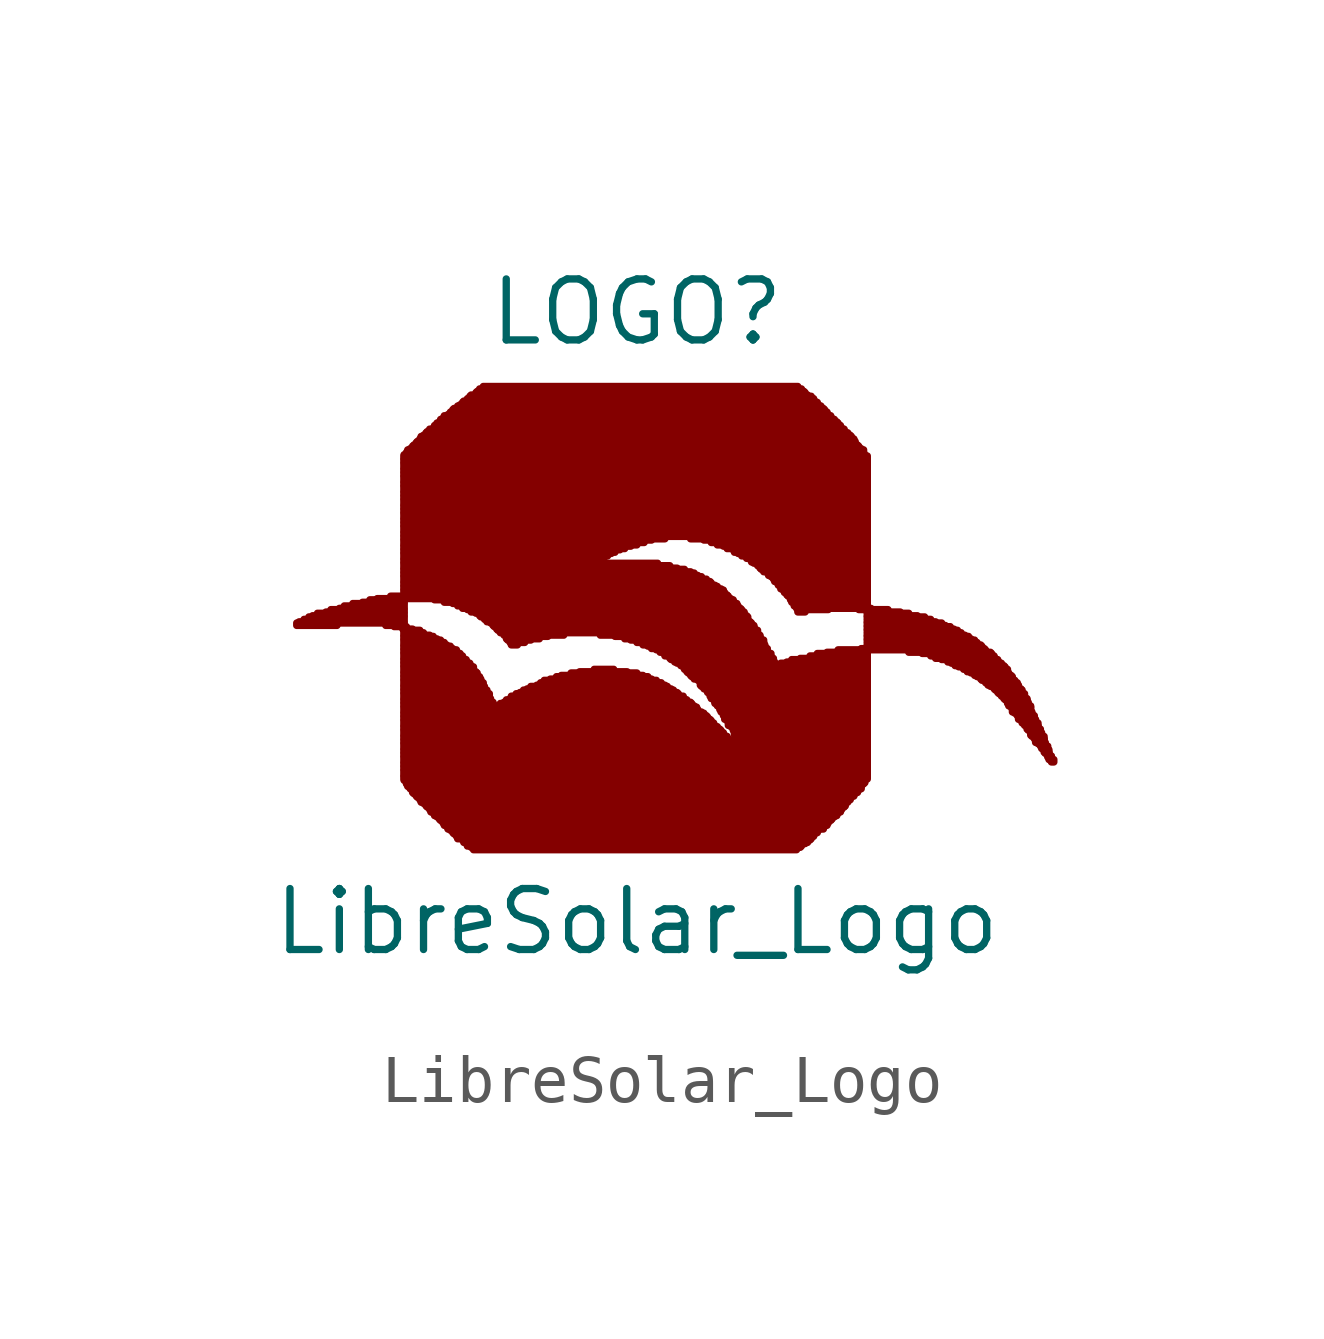
<source format=kicad_sym>
(kicad_symbol_lib
  (version 20211014)
  (generator kicad_symbol_editor)
  (symbol "LibreSolar_Logo"
    (pin_numbers hide)
    (pin_names
      (offset 1.016) hide)
    (property "Reference" "LOGO"
      (at 0 6.985 0)
      (effects (font (size 1.27 1.27))))
    (property "Value" "LibreSolar_Logo"
      (at 0 -5.715 0)
      (effects (font (size 1.27 1.27))))
    (symbol "LibreSolar_Logo_1_1"
      (rectangle (start -7.087 0.457) (end -6.248 0.508) (stroke (width 0) (type default) (color 0 0 0 0)) (fill (type outline)))
      (rectangle (start -7.036 0.508) (end -4.851 0.533) (stroke (width 0) (type default) (color 0 0 0 0)) (fill (type outline)))
      (rectangle (start -6.934 0.533) (end -4.851 0.584) (stroke (width 0) (type default) (color 0 0 0 0)) (fill (type outline)))
      (rectangle (start -6.833 0.584) (end -4.851 0.635) (stroke (width 0) (type default) (color 0 0 0 0)) (fill (type outline)))
      (rectangle (start -6.756 0.635) (end -4.851 0.66) (stroke (width 0) (type default) (color 0 0 0 0)) (fill (type outline)))
      (rectangle (start -6.655 0.66) (end -4.851 0.711) (stroke (width 0) (type default) (color 0 0 0 0)) (fill (type outline)))
      (rectangle (start -6.477 0.711) (end -4.851 0.737) (stroke (width 0) (type default) (color 0 0 0 0)) (fill (type outline)))
      (rectangle (start -6.375 0.737) (end -4.851 0.787) (stroke (width 0) (type default) (color 0 0 0 0)) (fill (type outline)))
      (rectangle (start -6.198 0.787) (end -4.851 0.813) (stroke (width 0) (type default) (color 0 0 0 0)) (fill (type outline)))
      (rectangle (start -6.096 0.813) (end -4.851 0.864) (stroke (width 0) (type default) (color 0 0 0 0)) (fill (type outline)))
      (rectangle (start -5.918 0.864) (end -4.851 0.914) (stroke (width 0) (type default) (color 0 0 0 0)) (fill (type outline)))
      (rectangle (start -5.715 0.914) (end -4.851 0.94) (stroke (width 0) (type default) (color 0 0 0 0)) (fill (type outline)))
      (rectangle (start -5.563 0.94) (end -4.851 0.991) (stroke (width 0) (type default) (color 0 0 0 0)) (fill (type outline)))
      (rectangle (start -5.41 0.991) (end -4.851 1.016) (stroke (width 0) (type default) (color 0 0 0 0)) (fill (type outline)))
      (rectangle (start -5.232 0.457) (end -4.851 0.508) (stroke (width 0) (type default) (color 0 0 0 0)) (fill (type outline)))
      (rectangle (start -5.131 1.016) (end 1.905 1.067) (stroke (width 0) (type default) (color 0 0 0 0)) (fill (type outline)))
      (rectangle (start -5.055 0.432) (end -4.851 0.457) (stroke (width 0) (type default) (color 0 0 0 0)) (fill (type outline)))
      (rectangle (start -4.877 0.381) (end -4.801 0.432) (stroke (width 0) (type default) (color 0 0 0 0)) (fill (type outline)))
      (rectangle (start -4.851 -2.769) (end 4.75 -2.743) (stroke (width 0) (type default) (color 0 0 0 0)) (fill (type outline)))
      (rectangle (start -4.851 -2.743) (end 4.801 -2.692) (stroke (width 0) (type default) (color 0 0 0 0)) (fill (type outline)))
      (rectangle (start -4.851 -2.692) (end 4.801 -2.667) (stroke (width 0) (type default) (color 0 0 0 0)) (fill (type outline)))
      (rectangle (start -4.851 -2.667) (end 4.801 -2.616) (stroke (width 0) (type default) (color 0 0 0 0)) (fill (type outline)))
      (rectangle (start -4.851 -2.616) (end 4.801 -2.565) (stroke (width 0) (type default) (color 0 0 0 0)) (fill (type outline)))
      (rectangle (start -4.851 -2.565) (end 4.801 -2.54) (stroke (width 0) (type default) (color 0 0 0 0)) (fill (type outline)))
      (rectangle (start -4.851 -2.54) (end 4.801 -2.489) (stroke (width 0) (type default) (color 0 0 0 0)) (fill (type outline)))
      (rectangle (start -4.851 -2.489) (end 4.801 -2.464) (stroke (width 0) (type default) (color 0 0 0 0)) (fill (type outline)))
      (rectangle (start -4.851 -2.464) (end 4.801 -2.413) (stroke (width 0) (type default) (color 0 0 0 0)) (fill (type outline)))
      (rectangle (start -4.851 -2.413) (end 4.801 -2.388) (stroke (width 0) (type default) (color 0 0 0 0)) (fill (type outline)))
      (rectangle (start -4.851 -2.388) (end 2.362 -2.337) (stroke (width 0) (type default) (color 0 0 0 0)) (fill (type outline)))
      (rectangle (start -4.851 -2.337) (end 2.311 -2.286) (stroke (width 0) (type default) (color 0 0 0 0)) (fill (type outline)))
      (rectangle (start -4.851 -2.286) (end 2.286 -2.261) (stroke (width 0) (type default) (color 0 0 0 0)) (fill (type outline)))
      (rectangle (start -4.851 -2.261) (end 2.235 -2.21) (stroke (width 0) (type default) (color 0 0 0 0)) (fill (type outline)))
      (rectangle (start -4.851 -2.21) (end 2.184 -2.184) (stroke (width 0) (type default) (color 0 0 0 0)) (fill (type outline)))
      (rectangle (start -4.851 -2.184) (end 2.159 -2.134) (stroke (width 0) (type default) (color 0 0 0 0)) (fill (type outline)))
      (rectangle (start -4.851 -2.134) (end 2.108 -2.108) (stroke (width 0) (type default) (color 0 0 0 0)) (fill (type outline)))
      (rectangle (start -4.851 -2.108) (end 2.083 -2.057) (stroke (width 0) (type default) (color 0 0 0 0)) (fill (type outline)))
      (rectangle (start -4.851 -2.057) (end 2.032 -2.007) (stroke (width 0) (type default) (color 0 0 0 0)) (fill (type outline)))
      (rectangle (start -4.851 -2.007) (end 2.007 -1.981) (stroke (width 0) (type default) (color 0 0 0 0)) (fill (type outline)))
      (rectangle (start -4.851 -1.981) (end 1.956 -1.93) (stroke (width 0) (type default) (color 0 0 0 0)) (fill (type outline)))
      (rectangle (start -4.851 -1.93) (end 1.905 -1.905) (stroke (width 0) (type default) (color 0 0 0 0)) (fill (type outline)))
      (rectangle (start -4.851 -1.905) (end 1.88 -1.854) (stroke (width 0) (type default) (color 0 0 0 0)) (fill (type outline)))
      (rectangle (start -4.851 -1.854) (end 1.829 -1.829) (stroke (width 0) (type default) (color 0 0 0 0)) (fill (type outline)))
      (rectangle (start -4.851 -1.829) (end 1.803 -1.778) (stroke (width 0) (type default) (color 0 0 0 0)) (fill (type outline)))
      (rectangle (start -4.851 -1.778) (end 1.753 -1.727) (stroke (width 0) (type default) (color 0 0 0 0)) (fill (type outline)))
      (rectangle (start -4.851 -1.727) (end 1.727 -1.702) (stroke (width 0) (type default) (color 0 0 0 0)) (fill (type outline)))
      (rectangle (start -4.851 -1.702) (end 1.676 -1.651) (stroke (width 0) (type default) (color 0 0 0 0)) (fill (type outline)))
      (rectangle (start -4.851 -1.651) (end 1.626 -1.626) (stroke (width 0) (type default) (color 0 0 0 0)) (fill (type outline)))
      (rectangle (start -4.851 -1.626) (end 1.6 -1.575) (stroke (width 0) (type default) (color 0 0 0 0)) (fill (type outline)))
      (rectangle (start -4.851 -1.575) (end 1.549 -1.524) (stroke (width 0) (type default) (color 0 0 0 0)) (fill (type outline)))
      (rectangle (start -4.851 -1.524) (end 1.524 -1.499) (stroke (width 0) (type default) (color 0 0 0 0)) (fill (type outline)))
      (rectangle (start -4.851 -1.499) (end 1.473 -1.448) (stroke (width 0) (type default) (color 0 0 0 0)) (fill (type outline)))
      (rectangle (start -4.851 -1.448) (end 1.448 -1.422) (stroke (width 0) (type default) (color 0 0 0 0)) (fill (type outline)))
      (rectangle (start -4.851 -1.422) (end 1.397 -1.372) (stroke (width 0) (type default) (color 0 0 0 0)) (fill (type outline)))
      (rectangle (start -4.851 -1.372) (end 1.346 -1.346) (stroke (width 0) (type default) (color 0 0 0 0)) (fill (type outline)))
      (rectangle (start -4.851 -1.346) (end 1.27 -1.295) (stroke (width 0) (type default) (color 0 0 0 0)) (fill (type outline)))
      (rectangle (start -4.851 -1.295) (end 1.245 -1.245) (stroke (width 0) (type default) (color 0 0 0 0)) (fill (type outline)))
      (rectangle (start -4.851 -1.245) (end -2.972 -1.219) (stroke (width 0) (type default) (color 0 0 0 0)) (fill (type outline)))
      (rectangle (start -4.851 -1.219) (end -2.997 -1.168) (stroke (width 0) (type default) (color 0 0 0 0)) (fill (type outline)))
      (rectangle (start -4.851 -1.168) (end -2.997 -1.143) (stroke (width 0) (type default) (color 0 0 0 0)) (fill (type outline)))
      (rectangle (start -4.851 -1.143) (end -3.048 -1.092) (stroke (width 0) (type default) (color 0 0 0 0)) (fill (type outline)))
      (rectangle (start -4.851 -1.092) (end -3.048 -1.067) (stroke (width 0) (type default) (color 0 0 0 0)) (fill (type outline)))
      (rectangle (start -4.851 -1.067) (end -3.073 -1.016) (stroke (width 0) (type default) (color 0 0 0 0)) (fill (type outline)))
      (rectangle (start -4.851 -1.016) (end -3.073 -0.965) (stroke (width 0) (type default) (color 0 0 0 0)) (fill (type outline)))
      (rectangle (start -4.851 -0.965) (end -3.124 -0.94) (stroke (width 0) (type default) (color 0 0 0 0)) (fill (type outline)))
      (rectangle (start -4.851 -0.94) (end -3.124 -0.889) (stroke (width 0) (type default) (color 0 0 0 0)) (fill (type outline)))
      (rectangle (start -4.851 -0.889) (end -3.175 -0.864) (stroke (width 0) (type default) (color 0 0 0 0)) (fill (type outline)))
      (rectangle (start -4.851 -0.864) (end -3.175 -0.813) (stroke (width 0) (type default) (color 0 0 0 0)) (fill (type outline)))
      (rectangle (start -4.851 -0.813) (end -3.2 -0.787) (stroke (width 0) (type default) (color 0 0 0 0)) (fill (type outline)))
      (rectangle (start -4.851 -0.787) (end -3.2 -0.737) (stroke (width 0) (type default) (color 0 0 0 0)) (fill (type outline)))
      (rectangle (start -4.851 -0.737) (end -3.251 -0.686) (stroke (width 0) (type default) (color 0 0 0 0)) (fill (type outline)))
      (rectangle (start -4.851 -0.686) (end -3.251 -0.66) (stroke (width 0) (type default) (color 0 0 0 0)) (fill (type outline)))
      (rectangle (start -4.851 -0.66) (end -3.277 -0.61) (stroke (width 0) (type default) (color 0 0 0 0)) (fill (type outline)))
      (rectangle (start -4.851 -0.61) (end -3.327 -0.584) (stroke (width 0) (type default) (color 0 0 0 0)) (fill (type outline)))
      (rectangle (start -4.851 -0.584) (end -3.327 -0.533) (stroke (width 0) (type default) (color 0 0 0 0)) (fill (type outline)))
      (rectangle (start -4.851 -0.533) (end -3.353 -0.508) (stroke (width 0) (type default) (color 0 0 0 0)) (fill (type outline)))
      (rectangle (start -4.851 -0.508) (end -3.404 -0.457) (stroke (width 0) (type default) (color 0 0 0 0)) (fill (type outline)))
      (rectangle (start -4.851 -0.457) (end -3.404 -0.406) (stroke (width 0) (type default) (color 0 0 0 0)) (fill (type outline)))
      (rectangle (start -4.851 -0.406) (end -3.454 -0.381) (stroke (width 0) (type default) (color 0 0 0 0)) (fill (type outline)))
      (rectangle (start -4.851 -0.381) (end -3.48 -0.33) (stroke (width 0) (type default) (color 0 0 0 0)) (fill (type outline)))
      (rectangle (start -4.851 -0.33) (end -3.531 -0.305) (stroke (width 0) (type default) (color 0 0 0 0)) (fill (type outline)))
      (rectangle (start -4.851 -0.305) (end -3.556 -0.254) (stroke (width 0) (type default) (color 0 0 0 0)) (fill (type outline)))
      (rectangle (start -4.851 -0.254) (end -3.607 -0.229) (stroke (width 0) (type default) (color 0 0 0 0)) (fill (type outline)))
      (rectangle (start -4.851 -0.229) (end -3.632 -0.178) (stroke (width 0) (type default) (color 0 0 0 0)) (fill (type outline)))
      (rectangle (start -4.851 -0.178) (end -3.683 -0.127) (stroke (width 0) (type default) (color 0 0 0 0)) (fill (type outline)))
      (rectangle (start -4.851 -0.127) (end -3.734 -0.102) (stroke (width 0) (type default) (color 0 0 0 0)) (fill (type outline)))
      (rectangle (start -4.851 -0.102) (end -3.759 -0.051) (stroke (width 0) (type default) (color 0 0 0 0)) (fill (type outline)))
      (rectangle (start -4.851 -0.051) (end -3.835 -0.025) (stroke (width 0) (type default) (color 0 0 0 0)) (fill (type outline)))
      (rectangle (start -4.851 -0.025) (end -3.886 0.025) (stroke (width 0) (type default) (color 0 0 0 0)) (fill (type outline)))
      (rectangle (start -4.851 0.025) (end -3.962 0.051) (stroke (width 0) (type default) (color 0 0 0 0)) (fill (type outline)))
      (rectangle (start -4.851 0.051) (end -4.013 0.102) (stroke (width 0) (type default) (color 0 0 0 0)) (fill (type outline)))
      (rectangle (start -4.851 0.102) (end -4.089 0.152) (stroke (width 0) (type default) (color 0 0 0 0)) (fill (type outline)))
      (rectangle (start -4.851 0.152) (end -4.166 0.178) (stroke (width 0) (type default) (color 0 0 0 0)) (fill (type outline)))
      (rectangle (start -4.851 0.178) (end -4.242 0.229) (stroke (width 0) (type default) (color 0 0 0 0)) (fill (type outline)))
      (rectangle (start -4.851 0.229) (end -4.318 0.254) (stroke (width 0) (type default) (color 0 0 0 0)) (fill (type outline)))
      (rectangle (start -4.851 0.254) (end -4.445 0.305) (stroke (width 0) (type default) (color 0 0 0 0)) (fill (type outline)))
      (rectangle (start -4.851 0.305) (end -4.521 0.356) (stroke (width 0) (type default) (color 0 0 0 0)) (fill (type outline)))
      (rectangle (start -4.851 0.356) (end -4.674 0.381) (stroke (width 0) (type default) (color 0 0 0 0)) (fill (type outline)))
      (rectangle (start -4.851 1.067) (end 1.88 1.092) (stroke (width 0) (type default) (color 0 0 0 0)) (fill (type outline)))
      (rectangle (start -4.851 1.092) (end 1.829 1.143) (stroke (width 0) (type default) (color 0 0 0 0)) (fill (type outline)))
      (rectangle (start -4.851 1.143) (end 1.803 1.194) (stroke (width 0) (type default) (color 0 0 0 0)) (fill (type outline)))
      (rectangle (start -4.851 1.194) (end 1.753 1.219) (stroke (width 0) (type default) (color 0 0 0 0)) (fill (type outline)))
      (rectangle (start -4.851 1.219) (end 1.676 1.27) (stroke (width 0) (type default) (color 0 0 0 0)) (fill (type outline)))
      (rectangle (start -4.851 1.27) (end 1.626 1.295) (stroke (width 0) (type default) (color 0 0 0 0)) (fill (type outline)))
      (rectangle (start -4.851 1.295) (end 1.549 1.346) (stroke (width 0) (type default) (color 0 0 0 0)) (fill (type outline)))
      (rectangle (start -4.851 1.346) (end 1.524 1.372) (stroke (width 0) (type default) (color 0 0 0 0)) (fill (type outline)))
      (rectangle (start -4.851 1.372) (end 1.448 1.422) (stroke (width 0) (type default) (color 0 0 0 0)) (fill (type outline)))
      (rectangle (start -4.851 1.422) (end 1.346 1.473) (stroke (width 0) (type default) (color 0 0 0 0)) (fill (type outline)))
      (rectangle (start -4.851 1.473) (end 1.27 1.499) (stroke (width 0) (type default) (color 0 0 0 0)) (fill (type outline)))
      (rectangle (start -4.851 1.499) (end 1.194 1.549) (stroke (width 0) (type default) (color 0 0 0 0)) (fill (type outline)))
      (rectangle (start -4.851 1.549) (end 1.118 1.575) (stroke (width 0) (type default) (color 0 0 0 0)) (fill (type outline)))
      (rectangle (start -4.851 1.575) (end 0.991 1.626) (stroke (width 0) (type default) (color 0 0 0 0)) (fill (type outline)))
      (rectangle (start -4.851 1.626) (end 0.838 1.651) (stroke (width 0) (type default) (color 0 0 0 0)) (fill (type outline)))
      (rectangle (start -4.851 1.651) (end 0.686 1.702) (stroke (width 0) (type default) (color 0 0 0 0)) (fill (type outline)))
      (rectangle (start -4.851 1.702) (end 0.432 1.753) (stroke (width 0) (type default) (color 0 0 0 0)) (fill (type outline)))
      (rectangle (start -4.851 1.753) (end -0.838 1.778) (stroke (width 0) (type default) (color 0 0 0 0)) (fill (type outline)))
      (rectangle (start -4.851 1.778) (end -0.813 1.829) (stroke (width 0) (type default) (color 0 0 0 0)) (fill (type outline)))
      (rectangle (start -4.851 1.829) (end -0.762 1.854) (stroke (width 0) (type default) (color 0 0 0 0)) (fill (type outline)))
      (rectangle (start -4.851 1.854) (end -0.686 1.905) (stroke (width 0) (type default) (color 0 0 0 0)) (fill (type outline)))
      (rectangle (start -4.851 1.905) (end -0.61 1.956) (stroke (width 0) (type default) (color 0 0 0 0)) (fill (type outline)))
      (rectangle (start -4.851 1.956) (end -0.533 1.981) (stroke (width 0) (type default) (color 0 0 0 0)) (fill (type outline)))
      (rectangle (start -4.851 1.981) (end -0.457 2.032) (stroke (width 0) (type default) (color 0 0 0 0)) (fill (type outline)))
      (rectangle (start -4.851 2.032) (end -0.356 2.057) (stroke (width 0) (type default) (color 0 0 0 0)) (fill (type outline)))
      (rectangle (start -4.851 2.057) (end -0.254 2.108) (stroke (width 0) (type default) (color 0 0 0 0)) (fill (type outline)))
      (rectangle (start -4.851 2.108) (end -0.127 2.134) (stroke (width 0) (type default) (color 0 0 0 0)) (fill (type outline)))
      (rectangle (start -4.851 2.134) (end 0 2.184) (stroke (width 0) (type default) (color 0 0 0 0)) (fill (type outline)))
      (rectangle (start -4.851 2.184) (end 0.152 2.235) (stroke (width 0) (type default) (color 0 0 0 0)) (fill (type outline)))
      (rectangle (start -4.851 2.235) (end 0.305 2.261) (stroke (width 0) (type default) (color 0 0 0 0)) (fill (type outline)))
      (rectangle (start -4.851 2.261) (end 0.584 2.311) (stroke (width 0) (type default) (color 0 0 0 0)) (fill (type outline)))
      (rectangle (start -4.851 2.311) (end 4.801 2.337) (stroke (width 0) (type default) (color 0 0 0 0)) (fill (type outline)))
      (rectangle (start -4.851 2.337) (end 4.801 2.388) (stroke (width 0) (type default) (color 0 0 0 0)) (fill (type outline)))
      (rectangle (start -4.851 2.388) (end 4.801 2.413) (stroke (width 0) (type default) (color 0 0 0 0)) (fill (type outline)))
      (rectangle (start -4.851 2.413) (end 4.801 2.464) (stroke (width 0) (type default) (color 0 0 0 0)) (fill (type outline)))
      (rectangle (start -4.851 2.464) (end 4.801 2.515) (stroke (width 0) (type default) (color 0 0 0 0)) (fill (type outline)))
      (rectangle (start -4.851 2.515) (end 4.801 2.54) (stroke (width 0) (type default) (color 0 0 0 0)) (fill (type outline)))
      (rectangle (start -4.851 2.54) (end 4.801 2.591) (stroke (width 0) (type default) (color 0 0 0 0)) (fill (type outline)))
      (rectangle (start -4.851 2.591) (end 4.801 2.616) (stroke (width 0) (type default) (color 0 0 0 0)) (fill (type outline)))
      (rectangle (start -4.851 2.616) (end 4.801 2.667) (stroke (width 0) (type default) (color 0 0 0 0)) (fill (type outline)))
      (rectangle (start -4.851 2.667) (end 4.801 2.692) (stroke (width 0) (type default) (color 0 0 0 0)) (fill (type outline)))
      (rectangle (start -4.851 2.692) (end 4.801 2.743) (stroke (width 0) (type default) (color 0 0 0 0)) (fill (type outline)))
      (rectangle (start -4.851 2.743) (end 4.801 2.794) (stroke (width 0) (type default) (color 0 0 0 0)) (fill (type outline)))
      (rectangle (start -4.851 2.794) (end 4.801 2.819) (stroke (width 0) (type default) (color 0 0 0 0)) (fill (type outline)))
      (rectangle (start -4.851 2.819) (end 4.801 2.87) (stroke (width 0) (type default) (color 0 0 0 0)) (fill (type outline)))
      (rectangle (start -4.851 2.87) (end 4.801 2.896) (stroke (width 0) (type default) (color 0 0 0 0)) (fill (type outline)))
      (rectangle (start -4.851 2.896) (end 4.801 2.946) (stroke (width 0) (type default) (color 0 0 0 0)) (fill (type outline)))
      (rectangle (start -4.851 2.946) (end 4.801 2.972) (stroke (width 0) (type default) (color 0 0 0 0)) (fill (type outline)))
      (rectangle (start -4.851 2.972) (end 4.801 3.023) (stroke (width 0) (type default) (color 0 0 0 0)) (fill (type outline)))
      (rectangle (start -4.851 3.023) (end 4.801 3.073) (stroke (width 0) (type default) (color 0 0 0 0)) (fill (type outline)))
      (rectangle (start -4.851 3.073) (end 4.801 3.099) (stroke (width 0) (type default) (color 0 0 0 0)) (fill (type outline)))
      (rectangle (start -4.851 3.099) (end 4.801 3.15) (stroke (width 0) (type default) (color 0 0 0 0)) (fill (type outline)))
      (rectangle (start -4.851 3.15) (end 4.801 3.175) (stroke (width 0) (type default) (color 0 0 0 0)) (fill (type outline)))
      (rectangle (start -4.851 3.175) (end 4.801 3.226) (stroke (width 0) (type default) (color 0 0 0 0)) (fill (type outline)))
      (rectangle (start -4.851 3.226) (end 4.801 3.251) (stroke (width 0) (type default) (color 0 0 0 0)) (fill (type outline)))
      (rectangle (start -4.851 3.251) (end 4.801 3.302) (stroke (width 0) (type default) (color 0 0 0 0)) (fill (type outline)))
      (rectangle (start -4.851 3.302) (end 4.801 3.353) (stroke (width 0) (type default) (color 0 0 0 0)) (fill (type outline)))
      (rectangle (start -4.851 3.353) (end 4.801 3.378) (stroke (width 0) (type default) (color 0 0 0 0)) (fill (type outline)))
      (rectangle (start -4.851 3.378) (end 4.801 3.429) (stroke (width 0) (type default) (color 0 0 0 0)) (fill (type outline)))
      (rectangle (start -4.851 3.429) (end 4.801 3.454) (stroke (width 0) (type default) (color 0 0 0 0)) (fill (type outline)))
      (rectangle (start -4.851 3.454) (end 4.801 3.505) (stroke (width 0) (type default) (color 0 0 0 0)) (fill (type outline)))
      (rectangle (start -4.851 3.505) (end 4.801 3.556) (stroke (width 0) (type default) (color 0 0 0 0)) (fill (type outline)))
      (rectangle (start -4.851 3.556) (end 4.801 3.581) (stroke (width 0) (type default) (color 0 0 0 0)) (fill (type outline)))
      (rectangle (start -4.851 3.581) (end 4.801 3.632) (stroke (width 0) (type default) (color 0 0 0 0)) (fill (type outline)))
      (rectangle (start -4.851 3.632) (end 4.801 3.658) (stroke (width 0) (type default) (color 0 0 0 0)) (fill (type outline)))
      (rectangle (start -4.851 3.658) (end 4.801 3.708) (stroke (width 0) (type default) (color 0 0 0 0)) (fill (type outline)))
      (rectangle (start -4.851 3.708) (end 4.801 3.734) (stroke (width 0) (type default) (color 0 0 0 0)) (fill (type outline)))
      (rectangle (start -4.851 3.734) (end 4.801 3.785) (stroke (width 0) (type default) (color 0 0 0 0)) (fill (type outline)))
      (rectangle (start -4.851 3.785) (end 4.801 3.835) (stroke (width 0) (type default) (color 0 0 0 0)) (fill (type outline)))
      (rectangle (start -4.851 3.835) (end 4.801 3.861) (stroke (width 0) (type default) (color 0 0 0 0)) (fill (type outline)))
      (rectangle (start -4.851 3.861) (end 4.801 3.912) (stroke (width 0) (type default) (color 0 0 0 0)) (fill (type outline)))
      (rectangle (start -4.851 3.912) (end 4.801 3.937) (stroke (width 0) (type default) (color 0 0 0 0)) (fill (type outline)))
      (rectangle (start -4.851 3.937) (end 4.801 3.988) (stroke (width 0) (type default) (color 0 0 0 0)) (fill (type outline)))
      (rectangle (start -4.851 3.988) (end 4.75 4.013) (stroke (width 0) (type default) (color 0 0 0 0)) (fill (type outline)))
      (rectangle (start -4.801 -2.845) (end 4.724 -2.819) (stroke (width 0) (type default) (color 0 0 0 0)) (fill (type outline)))
      (rectangle (start -4.801 -2.819) (end 4.75 -2.769) (stroke (width 0) (type default) (color 0 0 0 0)) (fill (type outline)))
      (rectangle (start -4.801 4.013) (end 4.724 4.064) (stroke (width 0) (type default) (color 0 0 0 0)) (fill (type outline)))
      (rectangle (start -4.775 -2.896) (end 4.674 -2.845) (stroke (width 0) (type default) (color 0 0 0 0)) (fill (type outline)))
      (rectangle (start -4.775 4.064) (end 4.724 4.115) (stroke (width 0) (type default) (color 0 0 0 0)) (fill (type outline)))
      (rectangle (start -4.724 -2.946) (end 4.674 -2.896) (stroke (width 0) (type default) (color 0 0 0 0)) (fill (type outline)))
      (rectangle (start -4.724 4.115) (end 4.674 4.14) (stroke (width 0) (type default) (color 0 0 0 0)) (fill (type outline)))
      (rectangle (start -4.674 -3.023) (end 4.597 -2.972) (stroke (width 0) (type default) (color 0 0 0 0)) (fill (type outline)))
      (rectangle (start -4.674 -2.972) (end 4.623 -2.946) (stroke (width 0) (type default) (color 0 0 0 0)) (fill (type outline)))
      (rectangle (start -4.674 4.14) (end 4.623 4.191) (stroke (width 0) (type default) (color 0 0 0 0)) (fill (type outline)))
      (rectangle (start -4.648 -3.048) (end 4.547 -3.023) (stroke (width 0) (type default) (color 0 0 0 0)) (fill (type outline)))
      (rectangle (start -4.648 4.191) (end 4.597 4.216) (stroke (width 0) (type default) (color 0 0 0 0)) (fill (type outline)))
      (rectangle (start -4.597 -3.099) (end 4.521 -3.048) (stroke (width 0) (type default) (color 0 0 0 0)) (fill (type outline)))
      (rectangle (start -4.597 4.216) (end 4.547 4.267) (stroke (width 0) (type default) (color 0 0 0 0)) (fill (type outline)))
      (rectangle (start -4.572 -3.124) (end 4.47 -3.099) (stroke (width 0) (type default) (color 0 0 0 0)) (fill (type outline)))
      (rectangle (start -4.572 4.267) (end 4.547 4.293) (stroke (width 0) (type default) (color 0 0 0 0)) (fill (type outline)))
      (rectangle (start -4.521 -3.175) (end 4.445 -3.124) (stroke (width 0) (type default) (color 0 0 0 0)) (fill (type outline)))
      (rectangle (start -4.521 4.293) (end 4.521 4.343) (stroke (width 0) (type default) (color 0 0 0 0)) (fill (type outline)))
      (rectangle (start -4.496 -3.226) (end 4.394 -3.175) (stroke (width 0) (type default) (color 0 0 0 0)) (fill (type outline)))
      (rectangle (start -4.496 4.343) (end 4.47 4.394) (stroke (width 0) (type default) (color 0 0 0 0)) (fill (type outline)))
      (rectangle (start -4.445 -3.251) (end 4.343 -3.226) (stroke (width 0) (type default) (color 0 0 0 0)) (fill (type outline)))
      (rectangle (start -4.445 4.394) (end 4.445 4.42) (stroke (width 0) (type default) (color 0 0 0 0)) (fill (type outline)))
      (rectangle (start -4.394 -3.302) (end 4.343 -3.251) (stroke (width 0) (type default) (color 0 0 0 0)) (fill (type outline)))
      (rectangle (start -4.394 4.42) (end 4.394 4.47) (stroke (width 0) (type default) (color 0 0 0 0)) (fill (type outline)))
      (rectangle (start -4.369 -3.327) (end 4.318 -3.302) (stroke (width 0) (type default) (color 0 0 0 0)) (fill (type outline)))
      (rectangle (start -4.369 4.47) (end 4.343 4.496) (stroke (width 0) (type default) (color 0 0 0 0)) (fill (type outline)))
      (rectangle (start -4.318 -3.378) (end 4.267 -3.327) (stroke (width 0) (type default) (color 0 0 0 0)) (fill (type outline)))
      (rectangle (start -4.318 4.496) (end 4.318 4.547) (stroke (width 0) (type default) (color 0 0 0 0)) (fill (type outline)))
      (rectangle (start -4.293 -3.429) (end 4.242 -3.378) (stroke (width 0) (type default) (color 0 0 0 0)) (fill (type outline)))
      (rectangle (start -4.242 -3.454) (end 4.191 -3.429) (stroke (width 0) (type default) (color 0 0 0 0)) (fill (type outline)))
      (rectangle (start -4.242 4.547) (end 4.267 4.572) (stroke (width 0) (type default) (color 0 0 0 0)) (fill (type outline)))
      (rectangle (start -4.216 -3.505) (end 4.166 -3.454) (stroke (width 0) (type default) (color 0 0 0 0)) (fill (type outline)))
      (rectangle (start -4.216 0.991) (end 1.956 1.016) (stroke (width 0) (type default) (color 0 0 0 0)) (fill (type outline)))
      (rectangle (start -4.216 4.572) (end 4.242 4.623) (stroke (width 0) (type default) (color 0 0 0 0)) (fill (type outline)))
      (rectangle (start -4.166 -3.531) (end 4.115 -3.505) (stroke (width 0) (type default) (color 0 0 0 0)) (fill (type outline)))
      (rectangle (start -4.166 4.623) (end 4.191 4.674) (stroke (width 0) (type default) (color 0 0 0 0)) (fill (type outline)))
      (rectangle (start -4.115 -3.581) (end 4.064 -3.531) (stroke (width 0) (type default) (color 0 0 0 0)) (fill (type outline)))
      (rectangle (start -4.115 4.674) (end 4.166 4.699) (stroke (width 0) (type default) (color 0 0 0 0)) (fill (type outline)))
      (rectangle (start -4.089 -3.607) (end 4.039 -3.581) (stroke (width 0) (type default) (color 0 0 0 0)) (fill (type outline)))
      (rectangle (start -4.089 4.699) (end 4.115 4.75) (stroke (width 0) (type default) (color 0 0 0 0)) (fill (type outline)))
      (rectangle (start -4.039 -3.658) (end 3.988 -3.607) (stroke (width 0) (type default) (color 0 0 0 0)) (fill (type outline)))
      (rectangle (start -4.039 4.75) (end 4.064 4.775) (stroke (width 0) (type default) (color 0 0 0 0)) (fill (type outline)))
      (rectangle (start -4.013 -3.708) (end 3.962 -3.658) (stroke (width 0) (type default) (color 0 0 0 0)) (fill (type outline)))
      (rectangle (start -4.013 0.94) (end 2.007 0.991) (stroke (width 0) (type default) (color 0 0 0 0)) (fill (type outline)))
      (rectangle (start -4.013 4.775) (end 4.039 4.826) (stroke (width 0) (type default) (color 0 0 0 0)) (fill (type outline)))
      (rectangle (start -3.962 -3.734) (end 3.912 -3.708) (stroke (width 0) (type default) (color 0 0 0 0)) (fill (type outline)))
      (rectangle (start -3.937 -3.785) (end 3.886 -3.734) (stroke (width 0) (type default) (color 0 0 0 0)) (fill (type outline)))
      (rectangle (start -3.937 4.826) (end 3.988 4.851) (stroke (width 0) (type default) (color 0 0 0 0)) (fill (type outline)))
      (rectangle (start -3.886 -3.81) (end 3.785 -3.785) (stroke (width 0) (type default) (color 0 0 0 0)) (fill (type outline)))
      (rectangle (start -3.886 4.851) (end 3.962 4.902) (stroke (width 0) (type default) (color 0 0 0 0)) (fill (type outline)))
      (rectangle (start -3.835 -3.861) (end 3.759 -3.81) (stroke (width 0) (type default) (color 0 0 0 0)) (fill (type outline)))
      (rectangle (start -3.835 0.914) (end 2.032 0.94) (stroke (width 0) (type default) (color 0 0 0 0)) (fill (type outline)))
      (rectangle (start -3.835 4.902) (end 3.912 4.953) (stroke (width 0) (type default) (color 0 0 0 0)) (fill (type outline)))
      (rectangle (start -3.81 -3.886) (end 3.708 -3.861) (stroke (width 0) (type default) (color 0 0 0 0)) (fill (type outline)))
      (rectangle (start -3.81 4.953) (end 3.886 4.978) (stroke (width 0) (type default) (color 0 0 0 0)) (fill (type outline)))
      (rectangle (start -3.759 -3.937) (end 3.683 -3.886) (stroke (width 0) (type default) (color 0 0 0 0)) (fill (type outline)))
      (rectangle (start -3.734 -3.988) (end 3.632 -3.937) (stroke (width 0) (type default) (color 0 0 0 0)) (fill (type outline)))
      (rectangle (start -3.734 0.864) (end 2.083 0.914) (stroke (width 0) (type default) (color 0 0 0 0)) (fill (type outline)))
      (rectangle (start -3.734 4.978) (end 3.835 5.029) (stroke (width 0) (type default) (color 0 0 0 0)) (fill (type outline)))
      (rectangle (start -3.683 5.029) (end 3.785 5.055) (stroke (width 0) (type default) (color 0 0 0 0)) (fill (type outline)))
      (rectangle (start -3.632 -4.013) (end 3.607 -3.988) (stroke (width 0) (type default) (color 0 0 0 0)) (fill (type outline)))
      (rectangle (start -3.632 0.813) (end 2.108 0.864) (stroke (width 0) (type default) (color 0 0 0 0)) (fill (type outline)))
      (rectangle (start -3.632 5.055) (end 3.759 5.105) (stroke (width 0) (type default) (color 0 0 0 0)) (fill (type outline)))
      (rectangle (start -3.607 -4.064) (end 3.556 -4.013) (stroke (width 0) (type default) (color 0 0 0 0)) (fill (type outline)))
      (rectangle (start -3.607 5.105) (end 3.708 5.131) (stroke (width 0) (type default) (color 0 0 0 0)) (fill (type outline)))
      (rectangle (start -3.556 -4.089) (end 3.505 -4.064) (stroke (width 0) (type default) (color 0 0 0 0)) (fill (type outline)))
      (rectangle (start -3.531 -4.14) (end 3.429 -4.089) (stroke (width 0) (type default) (color 0 0 0 0)) (fill (type outline)))
      (rectangle (start -3.531 0.787) (end 2.159 0.813) (stroke (width 0) (type default) (color 0 0 0 0)) (fill (type outline)))
      (rectangle (start -3.531 5.131) (end 3.683 5.182) (stroke (width 0) (type default) (color 0 0 0 0)) (fill (type outline)))
      (rectangle (start -3.48 5.182) (end 3.632 5.232) (stroke (width 0) (type default) (color 0 0 0 0)) (fill (type outline)))
      (rectangle (start -3.454 -4.166) (end 3.404 -4.14) (stroke (width 0) (type default) (color 0 0 0 0)) (fill (type outline)))
      (rectangle (start -3.454 0.737) (end 2.184 0.787) (stroke (width 0) (type default) (color 0 0 0 0)) (fill (type outline)))
      (rectangle (start -3.454 5.232) (end 3.556 5.258) (stroke (width 0) (type default) (color 0 0 0 0)) (fill (type outline)))
      (rectangle (start -3.404 -4.216) (end 3.327 -4.166) (stroke (width 0) (type default) (color 0 0 0 0)) (fill (type outline)))
      (rectangle (start -3.353 0.711) (end 2.235 0.737) (stroke (width 0) (type default) (color 0 0 0 0)) (fill (type outline)))
      (rectangle (start -3.353 5.258) (end 3.505 5.309) (stroke (width 0) (type default) (color 0 0 0 0)) (fill (type outline)))
      (rectangle (start -3.327 5.309) (end 3.48 5.334) (stroke (width 0) (type default) (color 0 0 0 0)) (fill (type outline)))
      (rectangle (start -3.277 0.66) (end 2.235 0.711) (stroke (width 0) (type default) (color 0 0 0 0)) (fill (type outline)))
      (rectangle (start -3.277 5.334) (end 3.429 5.385) (stroke (width 0) (type default) (color 0 0 0 0)) (fill (type outline)))
      (rectangle (start -3.251 0.635) (end 2.286 0.66) (stroke (width 0) (type default) (color 0 0 0 0)) (fill (type outline)))
      (rectangle (start -3.2 5.385) (end 3.353 5.436) (stroke (width 0) (type default) (color 0 0 0 0)) (fill (type outline)))
      (rectangle (start -3.175 0.584) (end 2.311 0.635) (stroke (width 0) (type default) (color 0 0 0 0)) (fill (type outline)))
      (rectangle (start -3.124 0.533) (end 2.311 0.584) (stroke (width 0) (type default) (color 0 0 0 0)) (fill (type outline)))
      (rectangle (start -3.048 0.508) (end 2.362 0.533) (stroke (width 0) (type default) (color 0 0 0 0)) (fill (type outline)))
      (rectangle (start -2.997 0.457) (end 2.388 0.508) (stroke (width 0) (type default) (color 0 0 0 0)) (fill (type outline)))
      (rectangle (start -2.972 0.432) (end 2.438 0.457) (stroke (width 0) (type default) (color 0 0 0 0)) (fill (type outline)))
      (rectangle (start -2.921 -1.245) (end 1.194 -1.219) (stroke (width 0) (type default) (color 0 0 0 0)) (fill (type outline)))
      (rectangle (start -2.921 0.381) (end 2.438 0.432) (stroke (width 0) (type default) (color 0 0 0 0)) (fill (type outline)))
      (rectangle (start -2.896 0.356) (end 2.464 0.381) (stroke (width 0) (type default) (color 0 0 0 0)) (fill (type outline)))
      (rectangle (start -2.845 -1.219) (end 1.143 -1.168) (stroke (width 0) (type default) (color 0 0 0 0)) (fill (type outline)))
      (rectangle (start -2.845 0.305) (end 2.515 0.356) (stroke (width 0) (type default) (color 0 0 0 0)) (fill (type outline)))
      (rectangle (start -2.769 -1.168) (end 1.118 -1.143) (stroke (width 0) (type default) (color 0 0 0 0)) (fill (type outline)))
      (rectangle (start -2.769 0.254) (end -1.524 0.305) (stroke (width 0) (type default) (color 0 0 0 0)) (fill (type outline)))
      (rectangle (start -2.718 -1.143) (end 1.041 -1.092) (stroke (width 0) (type default) (color 0 0 0 0)) (fill (type outline)))
      (rectangle (start -2.718 0.178) (end -2.032 0.229) (stroke (width 0) (type default) (color 0 0 0 0)) (fill (type outline)))
      (rectangle (start -2.718 0.229) (end -1.854 0.254) (stroke (width 0) (type default) (color 0 0 0 0)) (fill (type outline)))
      (rectangle (start -2.692 0.152) (end -2.21 0.178) (stroke (width 0) (type default) (color 0 0 0 0)) (fill (type outline)))
      (rectangle (start -2.642 -1.092) (end 0.991 -1.067) (stroke (width 0) (type default) (color 0 0 0 0)) (fill (type outline)))
      (rectangle (start -2.642 0.102) (end -2.337 0.152) (stroke (width 0) (type default) (color 0 0 0 0)) (fill (type outline)))
      (rectangle (start -2.616 -1.067) (end 0.965 -1.016) (stroke (width 0) (type default) (color 0 0 0 0)) (fill (type outline)))
      (rectangle (start -2.616 0.051) (end -2.489 0.102) (stroke (width 0) (type default) (color 0 0 0 0)) (fill (type outline)))
      (rectangle (start -2.515 -1.016) (end 0.864 -0.965) (stroke (width 0) (type default) (color 0 0 0 0)) (fill (type outline)))
      (rectangle (start -2.438 -0.965) (end 0.838 -0.94) (stroke (width 0) (type default) (color 0 0 0 0)) (fill (type outline)))
      (rectangle (start -2.362 -0.94) (end 0.762 -0.889) (stroke (width 0) (type default) (color 0 0 0 0)) (fill (type outline)))
      (rectangle (start -2.286 -0.889) (end 0.711 -0.864) (stroke (width 0) (type default) (color 0 0 0 0)) (fill (type outline)))
      (rectangle (start -2.21 -0.864) (end 0.635 -0.813) (stroke (width 0) (type default) (color 0 0 0 0)) (fill (type outline)))
      (rectangle (start -2.083 -0.813) (end 0.584 -0.787) (stroke (width 0) (type default) (color 0 0 0 0)) (fill (type outline)))
      (rectangle (start -2.007 -0.787) (end 0.508 -0.737) (stroke (width 0) (type default) (color 0 0 0 0)) (fill (type outline)))
      (rectangle (start -1.93 -0.737) (end 0.406 -0.686) (stroke (width 0) (type default) (color 0 0 0 0)) (fill (type outline)))
      (rectangle (start -1.803 -0.686) (end 0.305 -0.66) (stroke (width 0) (type default) (color 0 0 0 0)) (fill (type outline)))
      (rectangle (start -1.676 -0.66) (end 0.229 -0.61) (stroke (width 0) (type default) (color 0 0 0 0)) (fill (type outline)))
      (rectangle (start -1.575 -0.61) (end 0.127 -0.584) (stroke (width 0) (type default) (color 0 0 0 0)) (fill (type outline)))
      (rectangle (start -1.372 -0.584) (end 0 -0.533) (stroke (width 0) (type default) (color 0 0 0 0)) (fill (type outline)))
      (rectangle (start -1.194 -0.533) (end -0.203 -0.508) (stroke (width 0) (type default) (color 0 0 0 0)) (fill (type outline)))
      (rectangle (start -0.889 -0.508) (end -0.483 -0.457) (stroke (width 0) (type default) (color 0 0 0 0)) (fill (type outline)))
      (rectangle (start -0.762 0.254) (end 2.515 0.305) (stroke (width 0) (type default) (color 0 0 0 0)) (fill (type outline)))
      (rectangle (start -0.457 0.229) (end 2.565 0.254) (stroke (width 0) (type default) (color 0 0 0 0)) (fill (type outline)))
      (rectangle (start -0.254 0.178) (end 2.565 0.229) (stroke (width 0) (type default) (color 0 0 0 0)) (fill (type outline)))
      (rectangle (start -0.127 0.152) (end 2.591 0.178) (stroke (width 0) (type default) (color 0 0 0 0)) (fill (type outline)))
      (rectangle (start 0 0.102) (end 2.642 0.152) (stroke (width 0) (type default) (color 0 0 0 0)) (fill (type outline)))
      (rectangle (start 0.127 0.051) (end 2.642 0.102) (stroke (width 0) (type default) (color 0 0 0 0)) (fill (type outline)))
      (rectangle (start 0.229 0.025) (end 2.667 0.051) (stroke (width 0) (type default) (color 0 0 0 0)) (fill (type outline)))
      (rectangle (start 0.305 -0.025) (end 2.667 0.025) (stroke (width 0) (type default) (color 0 0 0 0)) (fill (type outline)))
      (rectangle (start 0.406 -0.051) (end 2.718 -0.025) (stroke (width 0) (type default) (color 0 0 0 0)) (fill (type outline)))
      (rectangle (start 0.483 -0.102) (end 2.718 -0.051) (stroke (width 0) (type default) (color 0 0 0 0)) (fill (type outline)))
      (rectangle (start 0.559 -0.127) (end 2.743 -0.102) (stroke (width 0) (type default) (color 0 0 0 0)) (fill (type outline)))
      (rectangle (start 0.584 -0.178) (end 2.794 -0.127) (stroke (width 0) (type default) (color 0 0 0 0)) (fill (type outline)))
      (rectangle (start 0.686 -0.229) (end 2.794 -0.178) (stroke (width 0) (type default) (color 0 0 0 0)) (fill (type outline)))
      (rectangle (start 0.711 -0.254) (end 2.845 -0.229) (stroke (width 0) (type default) (color 0 0 0 0)) (fill (type outline)))
      (rectangle (start 0.787 -0.305) (end 2.845 -0.254) (stroke (width 0) (type default) (color 0 0 0 0)) (fill (type outline)))
      (rectangle (start 0.838 -0.33) (end 2.87 -0.305) (stroke (width 0) (type default) (color 0 0 0 0)) (fill (type outline)))
      (rectangle (start 0.914 -0.381) (end 2.87 -0.33) (stroke (width 0) (type default) (color 0 0 0 0)) (fill (type outline)))
      (rectangle (start 0.965 -0.406) (end 4.801 -0.381) (stroke (width 0) (type default) (color 0 0 0 0)) (fill (type outline)))
      (rectangle (start 0.991 -0.457) (end 4.801 -0.406) (stroke (width 0) (type default) (color 0 0 0 0)) (fill (type outline)))
      (rectangle (start 1.041 -0.508) (end 4.801 -0.457) (stroke (width 0) (type default) (color 0 0 0 0)) (fill (type outline)))
      (rectangle (start 1.067 -0.533) (end 4.801 -0.508) (stroke (width 0) (type default) (color 0 0 0 0)) (fill (type outline)))
      (rectangle (start 1.118 -0.584) (end 4.801 -0.533) (stroke (width 0) (type default) (color 0 0 0 0)) (fill (type outline)))
      (rectangle (start 1.118 2.261) (end 4.801 2.311) (stroke (width 0) (type default) (color 0 0 0 0)) (fill (type outline)))
      (rectangle (start 1.143 -0.61) (end 4.801 -0.584) (stroke (width 0) (type default) (color 0 0 0 0)) (fill (type outline)))
      (rectangle (start 1.194 -0.66) (end 4.801 -0.61) (stroke (width 0) (type default) (color 0 0 0 0)) (fill (type outline)))
      (rectangle (start 1.27 -0.686) (end 4.801 -0.66) (stroke (width 0) (type default) (color 0 0 0 0)) (fill (type outline)))
      (rectangle (start 1.321 -0.787) (end 4.801 -0.737) (stroke (width 0) (type default) (color 0 0 0 0)) (fill (type outline)))
      (rectangle (start 1.321 -0.737) (end 4.801 -0.686) (stroke (width 0) (type default) (color 0 0 0 0)) (fill (type outline)))
      (rectangle (start 1.346 -0.813) (end 4.801 -0.787) (stroke (width 0) (type default) (color 0 0 0 0)) (fill (type outline)))
      (rectangle (start 1.397 -0.864) (end 4.801 -0.813) (stroke (width 0) (type default) (color 0 0 0 0)) (fill (type outline)))
      (rectangle (start 1.397 2.235) (end 4.801 2.261) (stroke (width 0) (type default) (color 0 0 0 0)) (fill (type outline)))
      (rectangle (start 1.448 -0.889) (end 4.801 -0.864) (stroke (width 0) (type default) (color 0 0 0 0)) (fill (type outline)))
      (rectangle (start 1.473 -0.94) (end 4.801 -0.889) (stroke (width 0) (type default) (color 0 0 0 0)) (fill (type outline)))
      (rectangle (start 1.524 -1.016) (end 4.801 -0.965) (stroke (width 0) (type default) (color 0 0 0 0)) (fill (type outline)))
      (rectangle (start 1.524 -0.965) (end 4.801 -0.94) (stroke (width 0) (type default) (color 0 0 0 0)) (fill (type outline)))
      (rectangle (start 1.549 -1.067) (end 4.801 -1.016) (stroke (width 0) (type default) (color 0 0 0 0)) (fill (type outline)))
      (rectangle (start 1.549 2.184) (end 4.801 2.235) (stroke (width 0) (type default) (color 0 0 0 0)) (fill (type outline)))
      (rectangle (start 1.6 -1.092) (end 4.801 -1.067) (stroke (width 0) (type default) (color 0 0 0 0)) (fill (type outline)))
      (rectangle (start 1.626 -1.168) (end 4.801 -1.143) (stroke (width 0) (type default) (color 0 0 0 0)) (fill (type outline)))
      (rectangle (start 1.626 -1.143) (end 4.801 -1.092) (stroke (width 0) (type default) (color 0 0 0 0)) (fill (type outline)))
      (rectangle (start 1.676 -1.219) (end 4.801 -1.168) (stroke (width 0) (type default) (color 0 0 0 0)) (fill (type outline)))
      (rectangle (start 1.676 2.134) (end 4.801 2.184) (stroke (width 0) (type default) (color 0 0 0 0)) (fill (type outline)))
      (rectangle (start 1.727 -1.295) (end 4.801 -1.245) (stroke (width 0) (type default) (color 0 0 0 0)) (fill (type outline)))
      (rectangle (start 1.727 -1.245) (end 4.801 -1.219) (stroke (width 0) (type default) (color 0 0 0 0)) (fill (type outline)))
      (rectangle (start 1.753 -1.346) (end 4.801 -1.295) (stroke (width 0) (type default) (color 0 0 0 0)) (fill (type outline)))
      (rectangle (start 1.803 -1.422) (end 4.801 -1.372) (stroke (width 0) (type default) (color 0 0 0 0)) (fill (type outline)))
      (rectangle (start 1.803 -1.372) (end 4.801 -1.346) (stroke (width 0) (type default) (color 0 0 0 0)) (fill (type outline)))
      (rectangle (start 1.803 2.108) (end 4.801 2.134) (stroke (width 0) (type default) (color 0 0 0 0)) (fill (type outline)))
      (rectangle (start 1.829 -1.499) (end 4.801 -1.448) (stroke (width 0) (type default) (color 0 0 0 0)) (fill (type outline)))
      (rectangle (start 1.829 -1.448) (end 4.801 -1.422) (stroke (width 0) (type default) (color 0 0 0 0)) (fill (type outline)))
      (rectangle (start 1.88 -1.524) (end 4.801 -1.499) (stroke (width 0) (type default) (color 0 0 0 0)) (fill (type outline)))
      (rectangle (start 1.88 2.057) (end 4.801 2.108) (stroke (width 0) (type default) (color 0 0 0 0)) (fill (type outline)))
      (rectangle (start 1.905 -1.626) (end 4.801 -1.575) (stroke (width 0) (type default) (color 0 0 0 0)) (fill (type outline)))
      (rectangle (start 1.905 -1.575) (end 4.801 -1.524) (stroke (width 0) (type default) (color 0 0 0 0)) (fill (type outline)))
      (rectangle (start 1.956 -1.651) (end 4.801 -1.626) (stroke (width 0) (type default) (color 0 0 0 0)) (fill (type outline)))
      (rectangle (start 2.007 -1.727) (end 4.801 -1.702) (stroke (width 0) (type default) (color 0 0 0 0)) (fill (type outline)))
      (rectangle (start 2.007 -1.702) (end 4.801 -1.651) (stroke (width 0) (type default) (color 0 0 0 0)) (fill (type outline)))
      (rectangle (start 2.007 2.032) (end 4.801 2.057) (stroke (width 0) (type default) (color 0 0 0 0)) (fill (type outline)))
      (rectangle (start 2.032 -1.829) (end 4.801 -1.778) (stroke (width 0) (type default) (color 0 0 0 0)) (fill (type outline)))
      (rectangle (start 2.032 -1.778) (end 4.801 -1.727) (stroke (width 0) (type default) (color 0 0 0 0)) (fill (type outline)))
      (rectangle (start 2.032 1.981) (end 4.801 2.032) (stroke (width 0) (type default) (color 0 0 0 0)) (fill (type outline)))
      (rectangle (start 2.083 -1.905) (end 4.801 -1.854) (stroke (width 0) (type default) (color 0 0 0 0)) (fill (type outline)))
      (rectangle (start 2.083 -1.854) (end 4.801 -1.829) (stroke (width 0) (type default) (color 0 0 0 0)) (fill (type outline)))
      (rectangle (start 2.108 -1.93) (end 4.801 -1.905) (stroke (width 0) (type default) (color 0 0 0 0)) (fill (type outline)))
      (rectangle (start 2.108 1.956) (end 4.801 1.981) (stroke (width 0) (type default) (color 0 0 0 0)) (fill (type outline)))
      (rectangle (start 2.159 -2.007) (end 4.801 -1.981) (stroke (width 0) (type default) (color 0 0 0 0)) (fill (type outline)))
      (rectangle (start 2.159 -1.981) (end 4.801 -1.93) (stroke (width 0) (type default) (color 0 0 0 0)) (fill (type outline)))
      (rectangle (start 2.184 -2.057) (end 4.801 -2.007) (stroke (width 0) (type default) (color 0 0 0 0)) (fill (type outline)))
      (rectangle (start 2.184 1.905) (end 4.801 1.956) (stroke (width 0) (type default) (color 0 0 0 0)) (fill (type outline)))
      (rectangle (start 2.235 -2.134) (end 4.801 -2.108) (stroke (width 0) (type default) (color 0 0 0 0)) (fill (type outline)))
      (rectangle (start 2.235 -2.108) (end 4.801 -2.057) (stroke (width 0) (type default) (color 0 0 0 0)) (fill (type outline)))
      (rectangle (start 2.286 -2.21) (end 4.801 -2.184) (stroke (width 0) (type default) (color 0 0 0 0)) (fill (type outline)))
      (rectangle (start 2.286 -2.184) (end 4.801 -2.134) (stroke (width 0) (type default) (color 0 0 0 0)) (fill (type outline)))
      (rectangle (start 2.286 1.854) (end 4.801 1.905) (stroke (width 0) (type default) (color 0 0 0 0)) (fill (type outline)))
      (rectangle (start 2.311 -2.261) (end 4.801 -2.21) (stroke (width 0) (type default) (color 0 0 0 0)) (fill (type outline)))
      (rectangle (start 2.362 -2.337) (end 4.801 -2.286) (stroke (width 0) (type default) (color 0 0 0 0)) (fill (type outline)))
      (rectangle (start 2.362 -2.286) (end 4.801 -2.261) (stroke (width 0) (type default) (color 0 0 0 0)) (fill (type outline)))
      (rectangle (start 2.362 1.829) (end 4.801 1.854) (stroke (width 0) (type default) (color 0 0 0 0)) (fill (type outline)))
      (rectangle (start 2.388 -2.388) (end 4.801 -2.337) (stroke (width 0) (type default) (color 0 0 0 0)) (fill (type outline)))
      (rectangle (start 2.388 1.778) (end 4.801 1.829) (stroke (width 0) (type default) (color 0 0 0 0)) (fill (type outline)))
      (rectangle (start 2.438 1.753) (end 4.801 1.778) (stroke (width 0) (type default) (color 0 0 0 0)) (fill (type outline)))
      (rectangle (start 2.515 1.702) (end 4.801 1.753) (stroke (width 0) (type default) (color 0 0 0 0)) (fill (type outline)))
      (rectangle (start 2.565 1.651) (end 4.801 1.702) (stroke (width 0) (type default) (color 0 0 0 0)) (fill (type outline)))
      (rectangle (start 2.591 1.626) (end 4.801 1.651) (stroke (width 0) (type default) (color 0 0 0 0)) (fill (type outline)))
      (rectangle (start 2.642 1.575) (end 4.801 1.626) (stroke (width 0) (type default) (color 0 0 0 0)) (fill (type outline)))
      (rectangle (start 2.718 1.549) (end 4.801 1.575) (stroke (width 0) (type default) (color 0 0 0 0)) (fill (type outline)))
      (rectangle (start 2.743 1.499) (end 4.801 1.549) (stroke (width 0) (type default) (color 0 0 0 0)) (fill (type outline)))
      (rectangle (start 2.794 1.473) (end 4.801 1.499) (stroke (width 0) (type default) (color 0 0 0 0)) (fill (type outline)))
      (rectangle (start 2.845 1.422) (end 4.801 1.473) (stroke (width 0) (type default) (color 0 0 0 0)) (fill (type outline)))
      (rectangle (start 2.87 1.372) (end 4.801 1.422) (stroke (width 0) (type default) (color 0 0 0 0)) (fill (type outline)))
      (rectangle (start 2.921 1.346) (end 4.801 1.372) (stroke (width 0) (type default) (color 0 0 0 0)) (fill (type outline)))
      (rectangle (start 2.946 1.295) (end 4.801 1.346) (stroke (width 0) (type default) (color 0 0 0 0)) (fill (type outline)))
      (rectangle (start 2.997 -0.381) (end 4.801 -0.33) (stroke (width 0) (type default) (color 0 0 0 0)) (fill (type outline)))
      (rectangle (start 2.997 1.219) (end 4.801 1.27) (stroke (width 0) (type default) (color 0 0 0 0)) (fill (type outline)))
      (rectangle (start 2.997 1.27) (end 4.801 1.295) (stroke (width 0) (type default) (color 0 0 0 0)) (fill (type outline)))
      (rectangle (start 3.048 1.194) (end 4.801 1.219) (stroke (width 0) (type default) (color 0 0 0 0)) (fill (type outline)))
      (rectangle (start 3.073 1.143) (end 4.801 1.194) (stroke (width 0) (type default) (color 0 0 0 0)) (fill (type outline)))
      (rectangle (start 3.124 -0.33) (end 4.801 -0.305) (stroke (width 0) (type default) (color 0 0 0 0)) (fill (type outline)))
      (rectangle (start 3.124 1.092) (end 4.801 1.143) (stroke (width 0) (type default) (color 0 0 0 0)) (fill (type outline)))
      (rectangle (start 3.15 1.067) (end 4.801 1.092) (stroke (width 0) (type default) (color 0 0 0 0)) (fill (type outline)))
      (rectangle (start 3.2 0.991) (end 4.801 1.016) (stroke (width 0) (type default) (color 0 0 0 0)) (fill (type outline)))
      (rectangle (start 3.2 1.016) (end 4.801 1.067) (stroke (width 0) (type default) (color 0 0 0 0)) (fill (type outline)))
      (rectangle (start 3.226 -0.305) (end 4.801 -0.254) (stroke (width 0) (type default) (color 0 0 0 0)) (fill (type outline)))
      (rectangle (start 3.226 0.94) (end 4.801 0.991) (stroke (width 0) (type default) (color 0 0 0 0)) (fill (type outline)))
      (rectangle (start 3.277 0.864) (end 4.801 0.914) (stroke (width 0) (type default) (color 0 0 0 0)) (fill (type outline)))
      (rectangle (start 3.277 0.914) (end 4.801 0.94) (stroke (width 0) (type default) (color 0 0 0 0)) (fill (type outline)))
      (rectangle (start 3.327 0.813) (end 4.801 0.864) (stroke (width 0) (type default) (color 0 0 0 0)) (fill (type outline)))
      (rectangle (start 3.353 0.737) (end 3.505 0.787) (stroke (width 0) (type default) (color 0 0 0 0)) (fill (type outline)))
      (rectangle (start 3.353 0.787) (end 3.988 0.813) (stroke (width 0) (type default) (color 0 0 0 0)) (fill (type outline)))
      (rectangle (start 3.404 -0.254) (end 4.801 -0.229) (stroke (width 0) (type default) (color 0 0 0 0)) (fill (type outline)))
      (rectangle (start 3.607 -0.229) (end 4.801 -0.178) (stroke (width 0) (type default) (color 0 0 0 0)) (fill (type outline)))
      (rectangle (start 3.759 -0.178) (end 4.801 -0.127) (stroke (width 0) (type default) (color 0 0 0 0)) (fill (type outline)))
      (rectangle (start 3.962 -0.127) (end 4.801 -0.102) (stroke (width 0) (type default) (color 0 0 0 0)) (fill (type outline)))
      (rectangle (start 4.191 -0.102) (end 4.801 -0.051) (stroke (width 0) (type default) (color 0 0 0 0)) (fill (type outline)))
      (rectangle (start 4.623 0.787) (end 4.877 0.813) (stroke (width 0) (type default) (color 0 0 0 0)) (fill (type outline)))
      (rectangle (start 4.674 -0.051) (end 7.239 -0.025) (stroke (width 0) (type default) (color 0 0 0 0)) (fill (type outline)))
      (rectangle (start 4.801 -0.025) (end 7.188 0.025) (stroke (width 0) (type default) (color 0 0 0 0)) (fill (type outline)))
      (rectangle (start 4.801 0.025) (end 7.163 0.051) (stroke (width 0) (type default) (color 0 0 0 0)) (fill (type outline)))
      (rectangle (start 4.801 0.051) (end 7.087 0.102) (stroke (width 0) (type default) (color 0 0 0 0)) (fill (type outline)))
      (rectangle (start 4.801 0.102) (end 7.036 0.152) (stroke (width 0) (type default) (color 0 0 0 0)) (fill (type outline)))
      (rectangle (start 4.801 0.152) (end 6.96 0.178) (stroke (width 0) (type default) (color 0 0 0 0)) (fill (type outline)))
      (rectangle (start 4.801 0.178) (end 6.909 0.229) (stroke (width 0) (type default) (color 0 0 0 0)) (fill (type outline)))
      (rectangle (start 4.801 0.229) (end 6.833 0.254) (stroke (width 0) (type default) (color 0 0 0 0)) (fill (type outline)))
      (rectangle (start 4.801 0.254) (end 6.756 0.305) (stroke (width 0) (type default) (color 0 0 0 0)) (fill (type outline)))
      (rectangle (start 4.801 0.305) (end 6.68 0.356) (stroke (width 0) (type default) (color 0 0 0 0)) (fill (type outline)))
      (rectangle (start 4.801 0.356) (end 6.604 0.381) (stroke (width 0) (type default) (color 0 0 0 0)) (fill (type outline)))
      (rectangle (start 4.801 0.381) (end 6.528 0.432) (stroke (width 0) (type default) (color 0 0 0 0)) (fill (type outline)))
      (rectangle (start 4.801 0.432) (end 6.426 0.457) (stroke (width 0) (type default) (color 0 0 0 0)) (fill (type outline)))
      (rectangle (start 4.801 0.457) (end 6.35 0.508) (stroke (width 0) (type default) (color 0 0 0 0)) (fill (type outline)))
      (rectangle (start 4.801 0.508) (end 6.223 0.533) (stroke (width 0) (type default) (color 0 0 0 0)) (fill (type outline)))
      (rectangle (start 4.801 0.533) (end 6.121 0.584) (stroke (width 0) (type default) (color 0 0 0 0)) (fill (type outline)))
      (rectangle (start 4.801 0.584) (end 5.994 0.635) (stroke (width 0) (type default) (color 0 0 0 0)) (fill (type outline)))
      (rectangle (start 4.801 0.635) (end 5.842 0.66) (stroke (width 0) (type default) (color 0 0 0 0)) (fill (type outline)))
      (rectangle (start 4.801 0.66) (end 5.664 0.711) (stroke (width 0) (type default) (color 0 0 0 0)) (fill (type outline)))
      (rectangle (start 4.801 0.711) (end 5.486 0.737) (stroke (width 0) (type default) (color 0 0 0 0)) (fill (type outline)))
      (rectangle (start 4.801 0.737) (end 5.232 0.787) (stroke (width 0) (type default) (color 0 0 0 0)) (fill (type outline)))
      (rectangle (start 5.664 -0.102) (end 7.264 -0.051) (stroke (width 0) (type default) (color 0 0 0 0)) (fill (type outline)))
      (rectangle (start 5.944 -0.127) (end 7.366 -0.102) (stroke (width 0) (type default) (color 0 0 0 0)) (fill (type outline)))
      (rectangle (start 6.121 -0.178) (end 7.391 -0.127) (stroke (width 0) (type default) (color 0 0 0 0)) (fill (type outline)))
      (rectangle (start 6.223 -0.229) (end 7.442 -0.178) (stroke (width 0) (type default) (color 0 0 0 0)) (fill (type outline)))
      (rectangle (start 6.35 -0.254) (end 7.468 -0.229) (stroke (width 0) (type default) (color 0 0 0 0)) (fill (type outline)))
      (rectangle (start 6.477 -0.305) (end 7.518 -0.254) (stroke (width 0) (type default) (color 0 0 0 0)) (fill (type outline)))
      (rectangle (start 6.553 -0.33) (end 7.544 -0.305) (stroke (width 0) (type default) (color 0 0 0 0)) (fill (type outline)))
      (rectangle (start 6.629 -0.381) (end 7.595 -0.33) (stroke (width 0) (type default) (color 0 0 0 0)) (fill (type outline)))
      (rectangle (start 6.706 -0.406) (end 7.645 -0.381) (stroke (width 0) (type default) (color 0 0 0 0)) (fill (type outline)))
      (rectangle (start 6.807 -0.457) (end 7.671 -0.406) (stroke (width 0) (type default) (color 0 0 0 0)) (fill (type outline)))
      (rectangle (start 6.883 -0.508) (end 7.722 -0.457) (stroke (width 0) (type default) (color 0 0 0 0)) (fill (type outline)))
      (rectangle (start 6.96 -0.533) (end 7.722 -0.508) (stroke (width 0) (type default) (color 0 0 0 0)) (fill (type outline)))
      (rectangle (start 7.036 -0.584) (end 7.747 -0.533) (stroke (width 0) (type default) (color 0 0 0 0)) (fill (type outline)))
      (rectangle (start 7.087 -0.61) (end 7.798 -0.584) (stroke (width 0) (type default) (color 0 0 0 0)) (fill (type outline)))
      (rectangle (start 7.163 -0.66) (end 7.823 -0.61) (stroke (width 0) (type default) (color 0 0 0 0)) (fill (type outline)))
      (rectangle (start 7.188 -0.686) (end 7.823 -0.66) (stroke (width 0) (type default) (color 0 0 0 0)) (fill (type outline)))
      (rectangle (start 7.264 -0.737) (end 7.874 -0.686) (stroke (width 0) (type default) (color 0 0 0 0)) (fill (type outline)))
      (rectangle (start 7.315 -0.787) (end 7.925 -0.737) (stroke (width 0) (type default) (color 0 0 0 0)) (fill (type outline)))
      (rectangle (start 7.366 -0.813) (end 7.95 -0.787) (stroke (width 0) (type default) (color 0 0 0 0)) (fill (type outline)))
      (rectangle (start 7.442 -0.864) (end 7.95 -0.813) (stroke (width 0) (type default) (color 0 0 0 0)) (fill (type outline)))
      (rectangle (start 7.468 -0.889) (end 8.001 -0.864) (stroke (width 0) (type default) (color 0 0 0 0)) (fill (type outline)))
      (rectangle (start 7.518 -0.94) (end 8.026 -0.889) (stroke (width 0) (type default) (color 0 0 0 0)) (fill (type outline)))
      (rectangle (start 7.544 -0.965) (end 8.026 -0.94) (stroke (width 0) (type default) (color 0 0 0 0)) (fill (type outline)))
      (rectangle (start 7.595 -1.016) (end 8.077 -0.965) (stroke (width 0) (type default) (color 0 0 0 0)) (fill (type outline)))
      (rectangle (start 7.645 -1.067) (end 8.077 -1.016) (stroke (width 0) (type default) (color 0 0 0 0)) (fill (type outline)))
      (rectangle (start 7.671 -1.092) (end 8.128 -1.067) (stroke (width 0) (type default) (color 0 0 0 0)) (fill (type outline)))
      (rectangle (start 7.722 -1.168) (end 8.153 -1.143) (stroke (width 0) (type default) (color 0 0 0 0)) (fill (type outline)))
      (rectangle (start 7.722 -1.143) (end 8.128 -1.092) (stroke (width 0) (type default) (color 0 0 0 0)) (fill (type outline)))
      (rectangle (start 7.747 -1.219) (end 8.153 -1.168) (stroke (width 0) (type default) (color 0 0 0 0)) (fill (type outline)))
      (rectangle (start 7.798 -1.245) (end 8.204 -1.219) (stroke (width 0) (type default) (color 0 0 0 0)) (fill (type outline)))
      (rectangle (start 7.823 -1.346) (end 8.204 -1.295) (stroke (width 0) (type default) (color 0 0 0 0)) (fill (type outline)))
      (rectangle (start 7.823 -1.295) (end 8.204 -1.245) (stroke (width 0) (type default) (color 0 0 0 0)) (fill (type outline)))
      (rectangle (start 7.874 -1.372) (end 8.23 -1.346) (stroke (width 0) (type default) (color 0 0 0 0)) (fill (type outline)))
      (rectangle (start 7.925 -1.422) (end 8.23 -1.372) (stroke (width 0) (type default) (color 0 0 0 0)) (fill (type outline)))
      (rectangle (start 7.95 -1.499) (end 8.28 -1.448) (stroke (width 0) (type default) (color 0 0 0 0)) (fill (type outline)))
      (rectangle (start 7.95 -1.448) (end 8.28 -1.422) (stroke (width 0) (type default) (color 0 0 0 0)) (fill (type outline)))
      (rectangle (start 8.001 -1.524) (end 8.306 -1.499) (stroke (width 0) (type default) (color 0 0 0 0)) (fill (type outline)))
      (rectangle (start 8.026 -1.575) (end 8.306 -1.524) (stroke (width 0) (type default) (color 0 0 0 0)) (fill (type outline)))
      (rectangle (start 8.077 -1.626) (end 8.357 -1.575) (stroke (width 0) (type default) (color 0 0 0 0)) (fill (type outline)))
      (rectangle (start 8.128 -1.702) (end 8.357 -1.651) (stroke (width 0) (type default) (color 0 0 0 0)) (fill (type outline)))
      (rectangle (start 8.128 -1.651) (end 8.357 -1.626) (stroke (width 0) (type default) (color 0 0 0 0)) (fill (type outline)))
      (rectangle (start 8.153 -1.727) (end 8.407 -1.702) (stroke (width 0) (type default) (color 0 0 0 0)) (fill (type outline)))
      (rectangle (start 8.204 -1.829) (end 8.433 -1.778) (stroke (width 0) (type default) (color 0 0 0 0)) (fill (type outline)))
      (rectangle (start 8.204 -1.778) (end 8.407 -1.727) (stroke (width 0) (type default) (color 0 0 0 0)) (fill (type outline)))
      (rectangle (start 8.23 -1.854) (end 8.433 -1.829) (stroke (width 0) (type default) (color 0 0 0 0)) (fill (type outline)))
      (rectangle (start 8.28 -1.905) (end 8.484 -1.854) (stroke (width 0) (type default) (color 0 0 0 0)) (fill (type outline)))
      (rectangle (start 8.306 -1.981) (end 8.484 -1.93) (stroke (width 0) (type default) (color 0 0 0 0)) (fill (type outline)))
      (rectangle (start 8.306 -1.93) (end 8.484 -1.905) (stroke (width 0) (type default) (color 0 0 0 0)) (fill (type outline)))
      (rectangle (start 8.357 -2.007) (end 8.509 -1.981) (stroke (width 0) (type default) (color 0 0 0 0)) (fill (type outline)))
      (rectangle (start 8.407 -2.057) (end 8.509 -2.007) (stroke (width 0) (type default) (color 0 0 0 0)) (fill (type outline)))
      (rectangle (start 8.433 -2.108) (end 8.56 -2.057) (stroke (width 0) (type default) (color 0 0 0 0)) (fill (type outline)))
      (rectangle (start 8.484 -2.184) (end 8.585 -2.134) (stroke (width 0) (type default) (color 0 0 0 0)) (fill (type outline)))
      (rectangle (start 8.484 -2.134) (end 8.56 -2.108) (stroke (width 0) (type default) (color 0 0 0 0)) (fill (type outline)))
      (rectangle (start 8.509 -2.21) (end 8.585 -2.184) (stroke (width 0) (type default) (color 0 0 0 0)) (fill (type outline)))
      (rectangle (start 8.56 -2.286) (end 8.636 -2.261) (stroke (width 0) (type default) (color 0 0 0 0)) (fill (type outline)))
      (rectangle (start 8.56 -2.261) (end 8.585 -2.21) (stroke (width 0) (type default) (color 0 0 0 0)) (fill (type outline)))
      (rectangle (start 8.585 -2.337) (end 8.636 -2.286) (stroke (width 0) (type default) (color 0 0 0 0)) (fill (type outline)))
      (rectangle (start 8.636 -2.388) (end 8.687 -2.337) (stroke (width 0) (type default) (color 0 0 0 0)) (fill (type outline))))))
</source>
